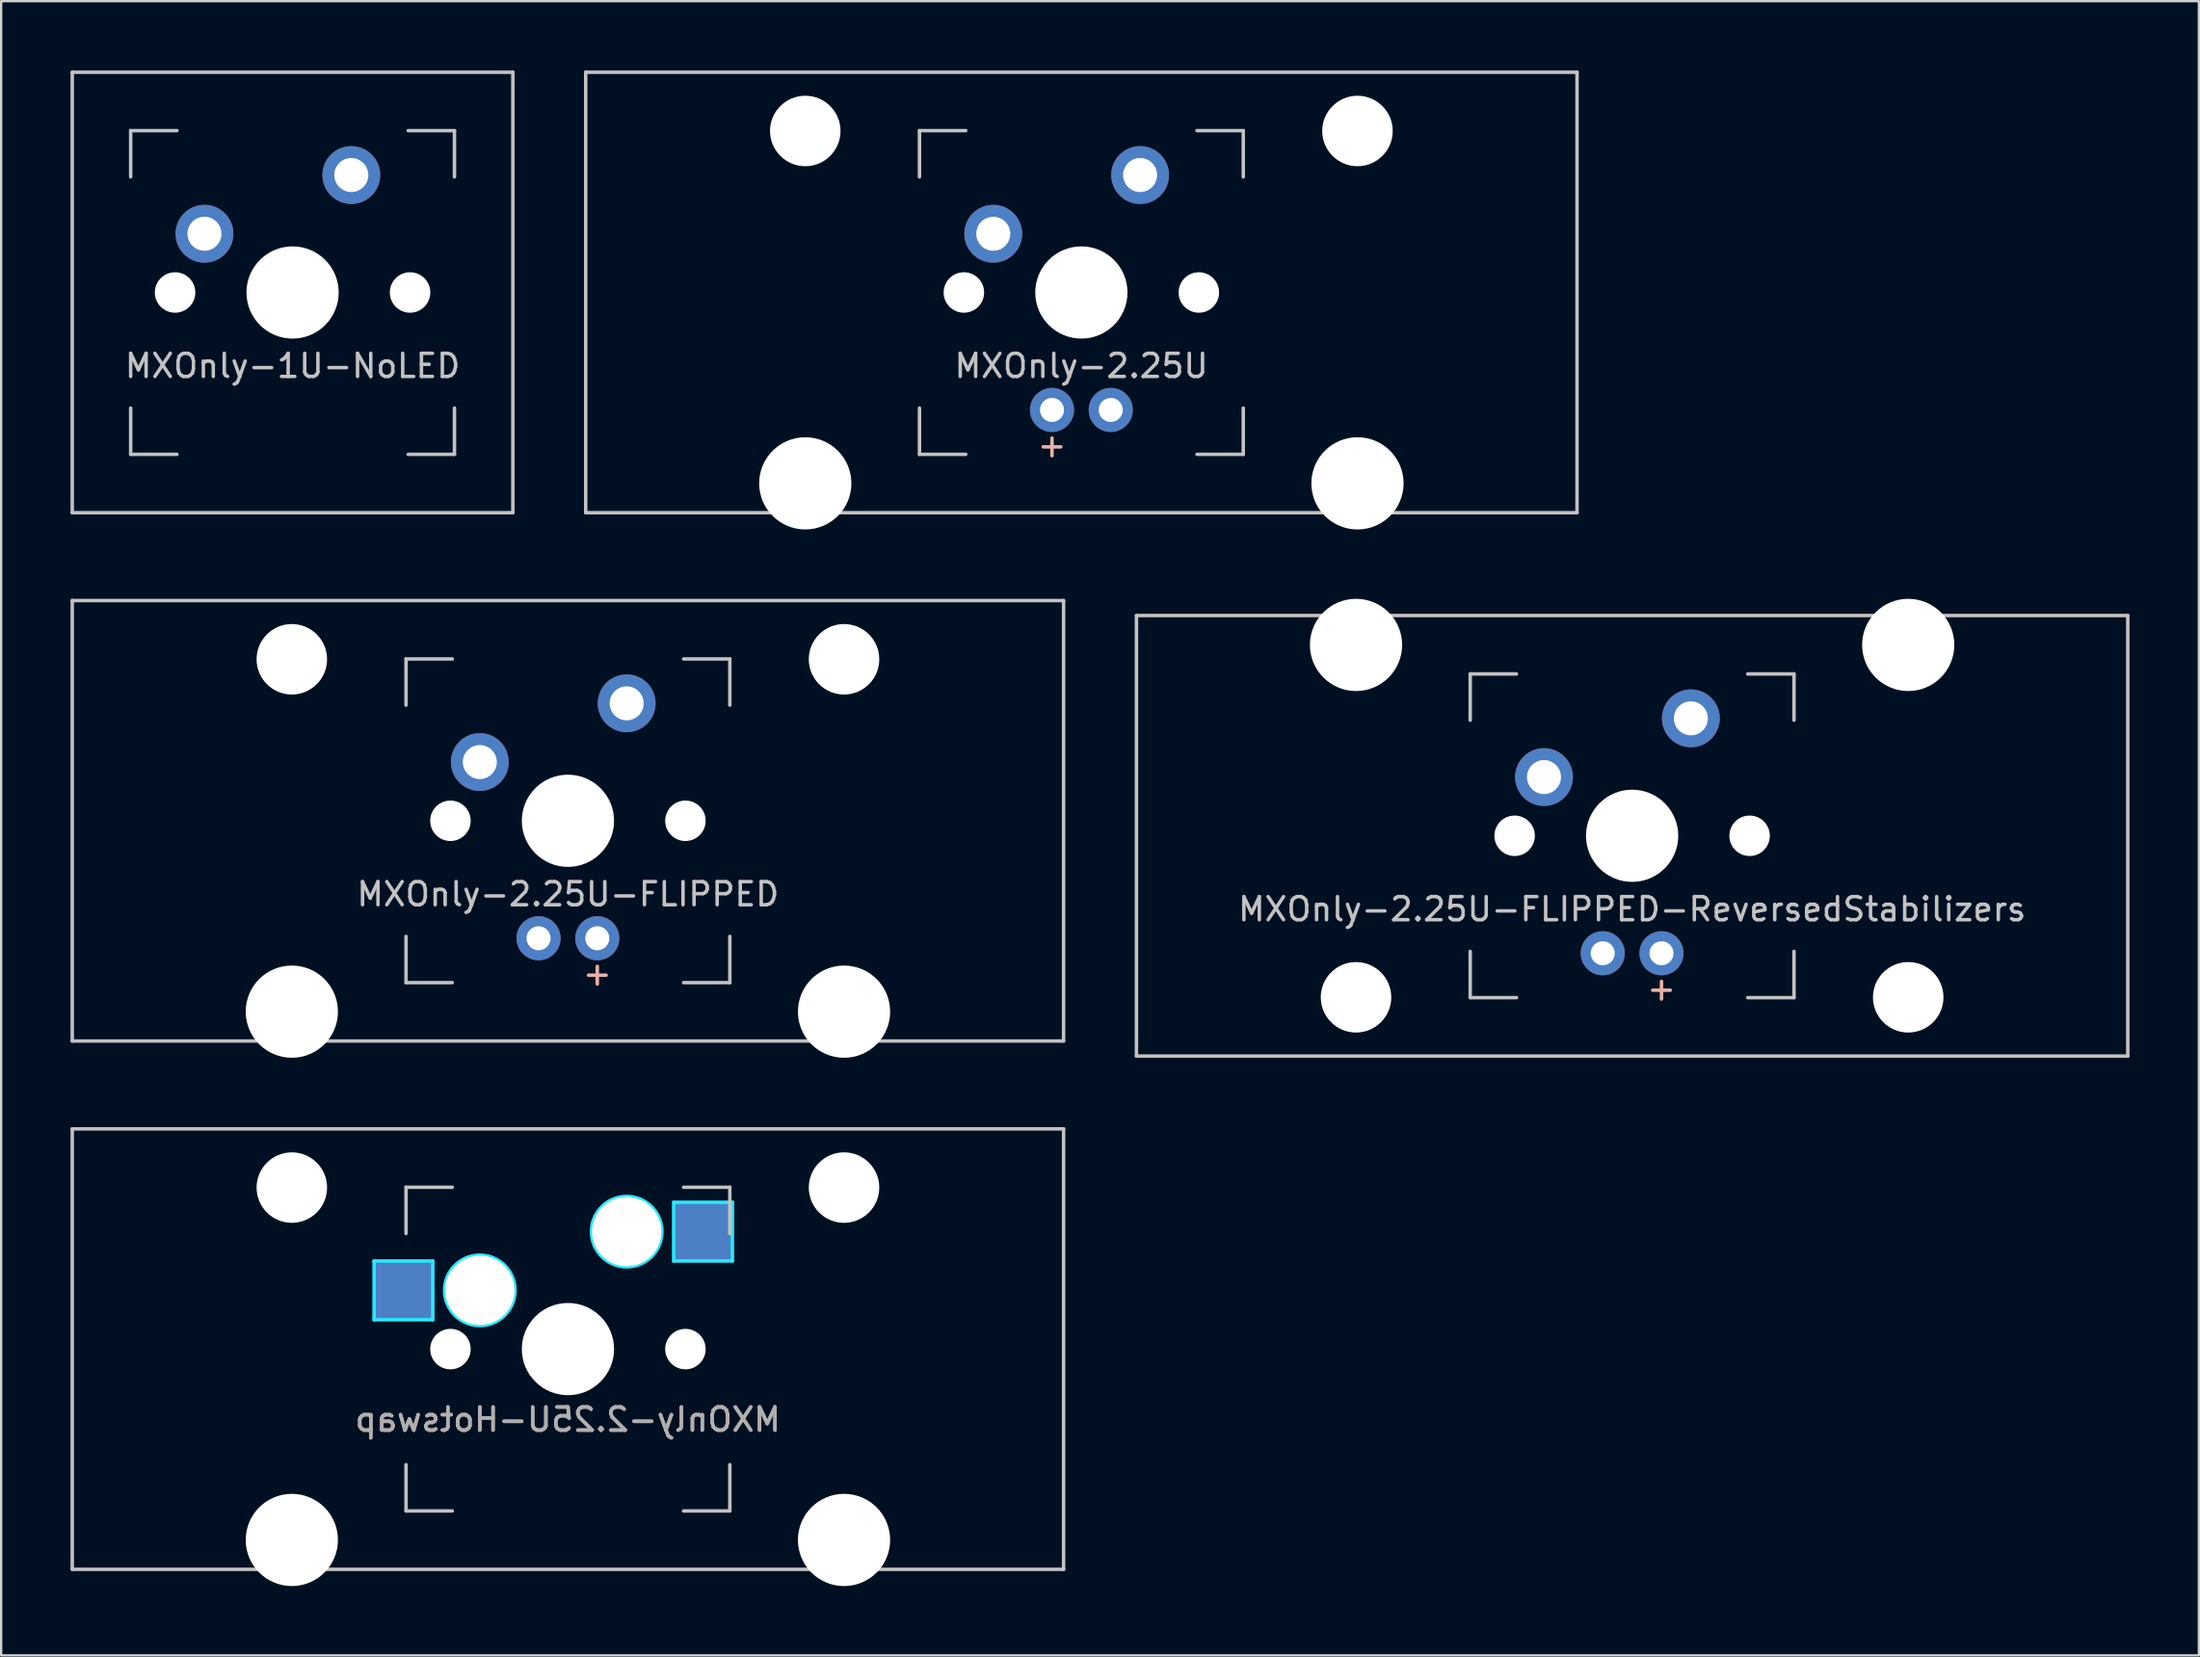
<source format=kicad_pcb>
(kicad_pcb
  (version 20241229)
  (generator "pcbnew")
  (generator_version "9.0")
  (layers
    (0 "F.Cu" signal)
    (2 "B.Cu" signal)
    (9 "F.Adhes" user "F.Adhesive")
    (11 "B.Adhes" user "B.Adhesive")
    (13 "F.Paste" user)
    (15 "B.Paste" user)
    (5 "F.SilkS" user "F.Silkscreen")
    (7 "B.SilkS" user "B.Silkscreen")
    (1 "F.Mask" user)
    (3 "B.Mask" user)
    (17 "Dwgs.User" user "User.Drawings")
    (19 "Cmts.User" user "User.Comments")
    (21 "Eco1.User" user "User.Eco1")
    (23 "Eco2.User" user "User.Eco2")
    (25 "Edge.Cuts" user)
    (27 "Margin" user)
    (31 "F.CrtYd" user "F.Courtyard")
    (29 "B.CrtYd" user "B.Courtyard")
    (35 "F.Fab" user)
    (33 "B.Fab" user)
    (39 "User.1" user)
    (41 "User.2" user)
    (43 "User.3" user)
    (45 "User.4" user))
  (footprint "MXOnly-2.25U-Hotswap"
    (layer "F.Cu")
    (at 21.506 55.298)
    (property "Reference" "MXOnly-2.25U-Hotswap" (at 0 3.048 0) (layer "F.Fab") (effects (font (size 1 1) (thickness 0.15)) (justify mirror)))
    (attr smd)
    (fp_line (start -21.431 -9.525) (end 21.431 -9.525) (stroke (width 0.15) (type solid)) (layer "Dwgs.User"))
    (fp_line (start -21.431 9.525) (end -21.431 -9.525) (stroke (width 0.15) (type solid)) (layer "Dwgs.User"))
    (fp_line (start -7 -7) (end -7 -5) (stroke (width 0.15) (type solid)) (layer "Dwgs.User"))
    (fp_line (start -7 5) (end -7 7) (stroke (width 0.15) (type solid)) (layer "Dwgs.User"))
    (fp_line (start -7 7) (end -5 7) (stroke (width 0.15) (type solid)) (layer "Dwgs.User"))
    (fp_line (start -5 -7) (end -7 -7) (stroke (width 0.15) (type solid)) (layer "Dwgs.User"))
    (fp_line (start 5 -7) (end 7 -7) (stroke (width 0.15) (type solid)) (layer "Dwgs.User"))
    (fp_line (start 5 7) (end 7 7) (stroke (width 0.15) (type solid)) (layer "Dwgs.User"))
    (fp_line (start 7 -7) (end 7 -5) (stroke (width 0.15) (type solid)) (layer "Dwgs.User"))
    (fp_line (start 7 7) (end 7 5) (stroke (width 0.15) (type solid)) (layer "Dwgs.User"))
    (fp_line (start 21.431 -9.525) (end 21.431 9.525) (stroke (width 0.15) (type solid)) (layer "Dwgs.User"))
    (fp_line (start 21.431 9.525) (end -21.431 9.525) (stroke (width 0.15) (type solid)) (layer "Dwgs.User"))
    (fp_line (start -8.382 -3.81) (end -5.842 -3.81) (stroke (width 0.15) (type solid)) (layer "B.CrtYd"))
    (fp_line (start -8.382 -1.27) (end -8.382 -3.81) (stroke (width 0.15) (type solid)) (layer "B.CrtYd"))
    (fp_line (start -5.842 -3.81) (end -5.842 -1.27) (stroke (width 0.15) (type solid)) (layer "B.CrtYd"))
    (fp_line (start -5.842 -1.27) (end -8.382 -1.27) (stroke (width 0.15) (type solid)) (layer "B.CrtYd"))
    (fp_line (start 4.572 -6.35) (end 7.112 -6.35) (stroke (width 0.15) (type solid)) (layer "B.CrtYd"))
    (fp_line (start 4.572 -3.81) (end 4.572 -6.35) (stroke (width 0.15) (type solid)) (layer "B.CrtYd"))
    (fp_line (start 7.112 -6.35) (end 7.112 -3.81) (stroke (width 0.15) (type solid)) (layer "B.CrtYd"))
    (fp_line (start 7.112 -3.81) (end 4.572 -3.81) (stroke (width 0.15) (type solid)) (layer "B.CrtYd"))
    (fp_circle (center -3.81 -2.54) (end -3.81 -4.064) (stroke (width 0.15) (type solid)) (fill no) (layer "B.CrtYd"))
    (fp_circle (center 2.54 -5.08) (end 2.54 -6.604) (stroke (width 0.15) (type solid)) (fill no) (layer "B.CrtYd"))
    (fp_text user "${REFERENCE}" (at 0 3.048 0) (layer "B.SilkS") (effects (font (size 1 1) (thickness 0.15)) (justify mirror)))
    (pad "" np_thru_hole circle (at -11.938 -6.985) (size 3.048 3.048) (drill 3.048) (layers "*.Cu" "*.Mask"))
    (pad "" np_thru_hole circle (at -11.938 8.255) (size 3.988 3.988) (drill 3.988) (layers "*.Cu" "*.Mask"))
    (pad "" np_thru_hole circle (at -5.08 0 48.1) (size 1.75 1.75) (drill 1.75) (layers "*.Cu" "*.Mask"))
    (pad "" np_thru_hole circle (at -3.81 -2.54) (size 3 3) (drill 3) (layers "*.Cu" "*.Mask"))
    (pad "" np_thru_hole circle (at 0 0) (size 3.988 3.988) (drill 3.988) (layers "*.Cu" "*.Mask"))
    (pad "" np_thru_hole circle (at 2.54 -5.08) (size 3 3) (drill 3) (layers "*.Cu" "*.Mask"))
    (pad "" np_thru_hole circle (at 5.08 0 48.1) (size 1.75 1.75) (drill 1.75) (layers "*.Cu" "*.Mask"))
    (pad "" np_thru_hole circle (at 11.938 -6.985) (size 3.048 3.048) (drill 3.048) (layers "*.Cu" "*.Mask"))
    (pad "" np_thru_hole circle (at 11.938 8.255) (size 3.988 3.988) (drill 3.988) (layers "*.Cu" "*.Mask"))
    (pad "1" smd rect (at -7.085 -2.54) (size 2.55 2.5) (layers "B.Cu" "B.Mask" "B.Paste"))
    (pad "2" smd rect (at 5.842 -5.08) (size 2.55 2.5) (layers "B.Cu" "B.Mask" "B.Paste")))
  (footprint "MXOnly-2.25U-FLIPPED"
    (layer "F.Cu")
    (at 21.506 32.449)
    (property "Reference" "MXOnly-2.25U-FLIPPED" (at 0 3.175 0) (layer "Dwgs.User") (effects (font (size 1 1) (thickness 0.15))))
    (attr through_hole)
    (fp_line (start -21.431 -9.525) (end 21.431 -9.525) (stroke (width 0.15) (type solid)) (layer "Dwgs.User"))
    (fp_line (start -21.431 9.525) (end -21.431 -9.525) (stroke (width 0.15) (type solid)) (layer "Dwgs.User"))
    (fp_line (start -21.431 9.525) (end 21.431 9.525) (stroke (width 0.15) (type solid)) (layer "Dwgs.User"))
    (fp_line (start -7 -7) (end -7 -5) (stroke (width 0.15) (type solid)) (layer "Dwgs.User"))
    (fp_line (start -7 5) (end -7 7) (stroke (width 0.15) (type solid)) (layer "Dwgs.User"))
    (fp_line (start -7 7) (end -5 7) (stroke (width 0.15) (type solid)) (layer "Dwgs.User"))
    (fp_line (start -5 -7) (end -7 -7) (stroke (width 0.15) (type solid)) (layer "Dwgs.User"))
    (fp_line (start 5 -7) (end 7 -7) (stroke (width 0.15) (type solid)) (layer "Dwgs.User"))
    (fp_line (start 5 7) (end 7 7) (stroke (width 0.15) (type solid)) (layer "Dwgs.User"))
    (fp_line (start 7 -7) (end 7 -5) (stroke (width 0.15) (type solid)) (layer "Dwgs.User"))
    (fp_line (start 7 7) (end 7 5) (stroke (width 0.15) (type solid)) (layer "Dwgs.User"))
    (fp_line (start 21.431 -9.525) (end 21.431 9.525) (stroke (width 0.15) (type solid)) (layer "Dwgs.User"))
    (fp_text user "+" (at 1.27 6.604 0) (layer "B.SilkS") (effects (font (size 1 1) (thickness 0.15))))
    (pad "" np_thru_hole circle (at -11.938 -6.985) (size 3.048 3.048) (drill 3.048) (layers "*.Cu" "*.Mask"))
    (pad "" np_thru_hole circle (at -11.938 8.255) (size 3.988 3.988) (drill 3.988) (layers "*.Cu" "*.Mask"))
    (pad "" np_thru_hole circle (at -5.08 0 48.1) (size 1.75 1.75) (drill 1.75) (layers "*.Cu" "*.Mask"))
    (pad "" np_thru_hole circle (at 0 0) (size 3.988 3.988) (drill 3.988) (layers "*.Cu" "*.Mask"))
    (pad "" np_thru_hole circle (at 5.08 0 48.1) (size 1.75 1.75) (drill 1.75) (layers "*.Cu" "*.Mask"))
    (pad "" np_thru_hole circle (at 11.938 -6.985) (size 3.048 3.048) (drill 3.048) (layers "*.Cu" "*.Mask"))
    (pad "" np_thru_hole circle (at 11.938 8.255) (size 3.988 3.988) (drill 3.988) (layers "*.Cu" "*.Mask"))
    (pad "1" thru_hole circle (at -3.81 -2.54) (size 2.5 2.5) (drill 1.47) (layers "*.Cu" "*.Mask"))
    (pad "2" thru_hole circle (at 2.54 -5.08) (size 2.5 2.5) (drill 1.47) (layers "*.Cu" "*.Mask"))
    (pad "3" thru_hole circle (at 1.27 5.08) (size 1.905 1.905) (drill 1.04) (layers "*.Cu" "*.Mask"))
    (pad "4" thru_hole circle (at -1.27 5.08) (size 1.905 1.905) (drill 1.04) (layers "*.Cu" "*.Mask")))
  (footprint "MXOnly-2.25U-FLIPPED-ReversedStabilizers"
    (layer "F.Cu")
    (at 67.519 33.098)
    (property "Reference" "MXOnly-2.25U-FLIPPED-ReversedStabilizers" (at 0 3.175 0) (layer "Dwgs.User") (effects (font (size 1 1) (thickness 0.15))))
    (attr through_hole)
    (fp_line (start -21.431 -9.525) (end 21.431 -9.525) (stroke (width 0.15) (type solid)) (layer "Dwgs.User"))
    (fp_line (start -21.431 9.525) (end -21.431 -9.525) (stroke (width 0.15) (type solid)) (layer "Dwgs.User"))
    (fp_line (start -21.431 9.525) (end 21.431 9.525) (stroke (width 0.15) (type solid)) (layer "Dwgs.User"))
    (fp_line (start -7 -7) (end -7 -5) (stroke (width 0.15) (type solid)) (layer "Dwgs.User"))
    (fp_line (start -7 5) (end -7 7) (stroke (width 0.15) (type solid)) (layer "Dwgs.User"))
    (fp_line (start -7 7) (end -5 7) (stroke (width 0.15) (type solid)) (layer "Dwgs.User"))
    (fp_line (start -5 -7) (end -7 -7) (stroke (width 0.15) (type solid)) (layer "Dwgs.User"))
    (fp_line (start 5 -7) (end 7 -7) (stroke (width 0.15) (type solid)) (layer "Dwgs.User"))
    (fp_line (start 5 7) (end 7 7) (stroke (width 0.15) (type solid)) (layer "Dwgs.User"))
    (fp_line (start 7 -7) (end 7 -5) (stroke (width 0.15) (type solid)) (layer "Dwgs.User"))
    (fp_line (start 7 7) (end 7 5) (stroke (width 0.15) (type solid)) (layer "Dwgs.User"))
    (fp_line (start 21.431 -9.525) (end 21.431 9.525) (stroke (width 0.15) (type solid)) (layer "Dwgs.User"))
    (fp_text user "+" (at 1.27 6.604 0) (layer "B.SilkS") (effects (font (size 1 1) (thickness 0.15))))
    (pad "" np_thru_hole circle (at -11.938 -8.255) (size 3.988 3.988) (drill 3.988) (layers "*.Cu" "*.Mask"))
    (pad "" np_thru_hole circle (at -11.938 6.985) (size 3.048 3.048) (drill 3.048) (layers "*.Cu" "*.Mask"))
    (pad "" np_thru_hole circle (at -5.08 0 48.1) (size 1.75 1.75) (drill 1.75) (layers "*.Cu" "*.Mask"))
    (pad "" np_thru_hole circle (at 0 0) (size 3.988 3.988) (drill 3.988) (layers "*.Cu" "*.Mask"))
    (pad "" np_thru_hole circle (at 5.08 0 48.1) (size 1.75 1.75) (drill 1.75) (layers "*.Cu" "*.Mask"))
    (pad "" np_thru_hole circle (at 11.938 -8.255) (size 3.988 3.988) (drill 3.988) (layers "*.Cu" "*.Mask"))
    (pad "" np_thru_hole circle (at 11.938 6.985) (size 3.048 3.048) (drill 3.048) (layers "*.Cu" "*.Mask"))
    (pad "1" thru_hole circle (at -3.81 -2.54) (size 2.5 2.5) (drill 1.47) (layers "*.Cu" "*.Mask"))
    (pad "2" thru_hole circle (at 2.54 -5.08) (size 2.5 2.5) (drill 1.47) (layers "*.Cu" "*.Mask"))
    (pad "3" thru_hole circle (at 1.27 5.08) (size 1.905 1.905) (drill 1.04) (layers "*.Cu" "*.Mask"))
    (pad "4" thru_hole circle (at -1.27 5.08) (size 1.905 1.905) (drill 1.04) (layers "*.Cu" "*.Mask")))
  (footprint "MXOnly-1U-NoLED"
    (layer "F.Cu")
    (at 9.6 9.6)
    (property "Reference" "MXOnly-1U-NoLED" (at 0 3.175 0) (layer "Dwgs.User") (effects (font (size 1 1) (thickness 0.15))))
    (attr through_hole)
    (fp_line (start -9.525 -9.525) (end 9.525 -9.525) (stroke (width 0.15) (type solid)) (layer "Dwgs.User"))
    (fp_line (start -9.525 9.525) (end -9.525 -9.525) (stroke (width 0.15) (type solid)) (layer "Dwgs.User"))
    (fp_line (start -7 -7) (end -7 -5) (stroke (width 0.15) (type solid)) (layer "Dwgs.User"))
    (fp_line (start -7 5) (end -7 7) (stroke (width 0.15) (type solid)) (layer "Dwgs.User"))
    (fp_line (start -7 7) (end -5 7) (stroke (width 0.15) (type solid)) (layer "Dwgs.User"))
    (fp_line (start -5 -7) (end -7 -7) (stroke (width 0.15) (type solid)) (layer "Dwgs.User"))
    (fp_line (start 5 -7) (end 7 -7) (stroke (width 0.15) (type solid)) (layer "Dwgs.User"))
    (fp_line (start 5 7) (end 7 7) (stroke (width 0.15) (type solid)) (layer "Dwgs.User"))
    (fp_line (start 7 -7) (end 7 -5) (stroke (width 0.15) (type solid)) (layer "Dwgs.User"))
    (fp_line (start 7 7) (end 7 5) (stroke (width 0.15) (type solid)) (layer "Dwgs.User"))
    (fp_line (start 9.525 -9.525) (end 9.525 9.525) (stroke (width 0.15) (type solid)) (layer "Dwgs.User"))
    (fp_line (start 9.525 9.525) (end -9.525 9.525) (stroke (width 0.15) (type solid)) (layer "Dwgs.User"))
    (pad "" np_thru_hole circle (at -5.08 0 48.1) (size 1.75 1.75) (drill 1.75) (layers "*.Cu" "*.Mask"))
    (pad "" np_thru_hole circle (at 0 0) (size 3.988 3.988) (drill 3.988) (layers "*.Cu" "*.Mask"))
    (pad "" np_thru_hole circle (at 5.08 0 48.1) (size 1.75 1.75) (drill 1.75) (layers "*.Cu" "*.Mask"))
    (pad "1" thru_hole circle (at -3.81 -2.54) (size 2.5 2.5) (drill 1.47) (layers "*.Cu" "*.Mask"))
    (pad "2" thru_hole circle (at 2.54 -5.08) (size 2.5 2.5) (drill 1.47) (layers "*.Cu" "*.Mask")))
  (footprint "MXOnly-2.25U"
    (layer "F.Cu")
    (at 43.706 9.6)
    (property "Reference" "MXOnly-2.25U" (at 0 3.175 0) (layer "Dwgs.User") (effects (font (size 1 1) (thickness 0.15))))
    (attr through_hole)
    (fp_line (start -21.431 -9.525) (end 21.431 -9.525) (stroke (width 0.15) (type solid)) (layer "Dwgs.User"))
    (fp_line (start -21.431 9.525) (end -21.431 -9.525) (stroke (width 0.15) (type solid)) (layer "Dwgs.User"))
    (fp_line (start -21.431 9.525) (end 21.431 9.525) (stroke (width 0.15) (type solid)) (layer "Dwgs.User"))
    (fp_line (start -7 -7) (end -7 -5) (stroke (width 0.15) (type solid)) (layer "Dwgs.User"))
    (fp_line (start -7 5) (end -7 7) (stroke (width 0.15) (type solid)) (layer "Dwgs.User"))
    (fp_line (start -7 7) (end -5 7) (stroke (width 0.15) (type solid)) (layer "Dwgs.User"))
    (fp_line (start -5 -7) (end -7 -7) (stroke (width 0.15) (type solid)) (layer "Dwgs.User"))
    (fp_line (start 5 -7) (end 7 -7) (stroke (width 0.15) (type solid)) (layer "Dwgs.User"))
    (fp_line (start 5 7) (end 7 7) (stroke (width 0.15) (type solid)) (layer "Dwgs.User"))
    (fp_line (start 7 -7) (end 7 -5) (stroke (width 0.15) (type solid)) (layer "Dwgs.User"))
    (fp_line (start 7 7) (end 7 5) (stroke (width 0.15) (type solid)) (layer "Dwgs.User"))
    (fp_line (start 21.431 -9.525) (end 21.431 9.525) (stroke (width 0.15) (type solid)) (layer "Dwgs.User"))
    (fp_text user "+" (at -1.27 6.604 0) (layer "B.SilkS") (effects (font (size 1 1) (thickness 0.15))))
    (pad "" np_thru_hole circle (at -11.938 -6.985) (size 3.048 3.048) (drill 3.048) (layers "*.Cu" "*.Mask"))
    (pad "" np_thru_hole circle (at -11.938 8.255) (size 3.988 3.988) (drill 3.988) (layers "*.Cu" "*.Mask"))
    (pad "" np_thru_hole circle (at -5.08 0 48.1) (size 1.75 1.75) (drill 1.75) (layers "*.Cu" "*.Mask"))
    (pad "" np_thru_hole circle (at 0 0) (size 3.988 3.988) (drill 3.988) (layers "*.Cu" "*.Mask"))
    (pad "" np_thru_hole circle (at 5.08 0 48.1) (size 1.75 1.75) (drill 1.75) (layers "*.Cu" "*.Mask"))
    (pad "" np_thru_hole circle (at 11.938 -6.985) (size 3.048 3.048) (drill 3.048) (layers "*.Cu" "*.Mask"))
    (pad "" np_thru_hole circle (at 11.938 8.255) (size 3.988 3.988) (drill 3.988) (layers "*.Cu" "*.Mask"))
    (pad "1" thru_hole circle (at -3.81 -2.54) (size 2.5 2.5) (drill 1.47) (layers "*.Cu" "*.Mask"))
    (pad "2" thru_hole circle (at 2.54 -5.08) (size 2.5 2.5) (drill 1.47) (layers "*.Cu" "*.Mask"))
    (pad "3" thru_hole circle (at -1.27 5.08) (size 1.905 1.905) (drill 1.04) (layers "*.Cu" "*.Mask"))
    (pad "4" thru_hole circle (at 1.27 5.08) (size 1.905 1.905) (drill 1.04) (layers "*.Cu" "*.Mask")))
  (gr_rect
    (start -3 -3)
    (end 92.025 68.547)
    (stroke (width 0.1) (type default))
    (fill no)
    (layer "Edge.Cuts")))
</source>
